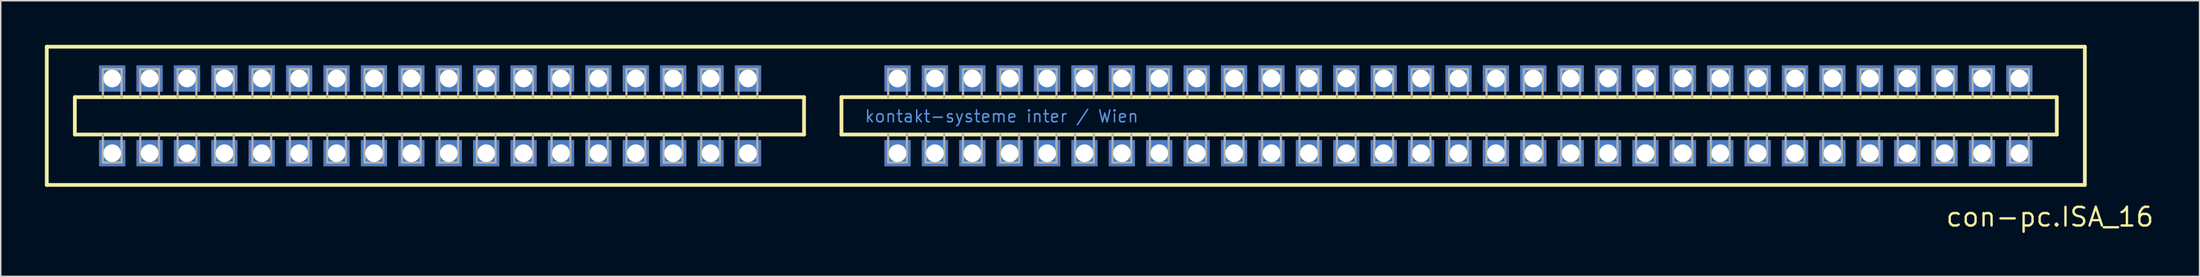
<source format=kicad_pcb>
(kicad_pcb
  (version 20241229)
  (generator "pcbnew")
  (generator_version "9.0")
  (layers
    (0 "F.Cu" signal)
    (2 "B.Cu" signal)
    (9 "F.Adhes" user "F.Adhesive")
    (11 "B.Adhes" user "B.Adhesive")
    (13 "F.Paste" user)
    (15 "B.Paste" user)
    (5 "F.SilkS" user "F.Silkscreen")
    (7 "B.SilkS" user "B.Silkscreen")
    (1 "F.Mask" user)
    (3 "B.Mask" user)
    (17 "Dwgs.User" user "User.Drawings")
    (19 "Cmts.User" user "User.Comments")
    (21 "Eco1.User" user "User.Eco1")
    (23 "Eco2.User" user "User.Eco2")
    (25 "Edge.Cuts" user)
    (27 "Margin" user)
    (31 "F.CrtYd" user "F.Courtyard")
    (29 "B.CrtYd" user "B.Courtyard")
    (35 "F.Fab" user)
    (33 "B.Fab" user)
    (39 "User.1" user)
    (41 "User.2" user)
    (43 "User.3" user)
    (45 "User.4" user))
  (footprint "con-pc.ISA_16"
    (layer "F.Cu")
    (at 52.832 4.826)
    (property "Reference" "con-pc.ISA_16" (at 76.2 7.62 0) (layer "F.SilkS") (effects (font (size 1.27 1.27) (thickness 0.16)) (justify left bottom)))
    (attr through_hole)
    (fp_line (start -52.705 -4.699) (end -52.705 4.699) (stroke (width 0.254) (type default)) (layer "F.SilkS"))
    (fp_line (start -52.705 4.699) (end 85.725 4.699) (stroke (width 0.254) (type default)) (layer "F.SilkS"))
    (fp_line (start -50.8 -1.27) (end -50.8 1.27) (stroke (width 0.254) (type default)) (layer "F.SilkS"))
    (fp_line (start -50.8 1.27) (end -1.27 1.27) (stroke (width 0.254) (type default)) (layer "F.SilkS"))
    (fp_line (start -1.27 -1.27) (end -50.8 -1.27) (stroke (width 0.254) (type default)) (layer "F.SilkS"))
    (fp_line (start -1.27 -1.27) (end -1.27 1.27) (stroke (width 0.254) (type default)) (layer "F.SilkS"))
    (fp_line (start 1.27 -1.27) (end 1.27 1.27) (stroke (width 0.254) (type default)) (layer "F.SilkS"))
    (fp_line (start 1.27 1.27) (end 83.82 1.27) (stroke (width 0.254) (type default)) (layer "F.SilkS"))
    (fp_line (start 83.82 -1.27) (end 1.27 -1.27) (stroke (width 0.254) (type default)) (layer "F.SilkS"))
    (fp_line (start 83.82 1.27) (end 83.82 -1.27) (stroke (width 0.254) (type default)) (layer "F.SilkS"))
    (fp_line (start 85.725 -4.699) (end -52.705 -4.699) (stroke (width 0.254) (type default)) (layer "F.SilkS"))
    (fp_line (start 85.725 4.699) (end 85.725 -4.699) (stroke (width 0.254) (type default)) (layer "F.SilkS"))
    (fp_line (start -48.895 -3.175) (end -48.895 -1.27) (stroke (width 0.152) (type default)) (layer "F.Fab"))
    (fp_line (start -48.895 1.27) (end -48.895 3.175) (stroke (width 0.152) (type default)) (layer "F.Fab"))
    (fp_line (start -48.895 3.175) (end -47.625 3.175) (stroke (width 0.152) (type default)) (layer "F.Fab"))
    (fp_line (start -47.625 -3.175) (end -48.895 -3.175) (stroke (width 0.152) (type default)) (layer "F.Fab"))
    (fp_line (start -47.625 -1.27) (end -47.625 -3.175) (stroke (width 0.152) (type default)) (layer "F.Fab"))
    (fp_line (start -47.625 3.175) (end -47.625 1.27) (stroke (width 0.152) (type default)) (layer "F.Fab"))
    (fp_line (start -46.355 -3.175) (end -46.355 -1.27) (stroke (width 0.152) (type default)) (layer "F.Fab"))
    (fp_line (start -46.355 1.27) (end -46.355 3.175) (stroke (width 0.152) (type default)) (layer "F.Fab"))
    (fp_line (start -46.355 3.175) (end -45.085 3.175) (stroke (width 0.152) (type default)) (layer "F.Fab"))
    (fp_line (start -45.085 -3.175) (end -46.355 -3.175) (stroke (width 0.152) (type default)) (layer "F.Fab"))
    (fp_line (start -45.085 -1.27) (end -45.085 -3.175) (stroke (width 0.152) (type default)) (layer "F.Fab"))
    (fp_line (start -45.085 3.175) (end -45.085 1.27) (stroke (width 0.152) (type default)) (layer "F.Fab"))
    (fp_line (start -43.815 -3.175) (end -43.815 -1.27) (stroke (width 0.152) (type default)) (layer "F.Fab"))
    (fp_line (start -43.815 1.27) (end -43.815 3.175) (stroke (width 0.152) (type default)) (layer "F.Fab"))
    (fp_line (start -43.815 3.175) (end -42.545 3.175) (stroke (width 0.152) (type default)) (layer "F.Fab"))
    (fp_line (start -42.545 -3.175) (end -43.815 -3.175) (stroke (width 0.152) (type default)) (layer "F.Fab"))
    (fp_line (start -42.545 -1.27) (end -42.545 -3.175) (stroke (width 0.152) (type default)) (layer "F.Fab"))
    (fp_line (start -42.545 3.175) (end -42.545 1.27) (stroke (width 0.152) (type default)) (layer "F.Fab"))
    (fp_line (start -41.275 -3.175) (end -41.275 -1.27) (stroke (width 0.152) (type default)) (layer "F.Fab"))
    (fp_line (start -41.275 1.27) (end -41.275 3.175) (stroke (width 0.152) (type default)) (layer "F.Fab"))
    (fp_line (start -41.275 3.175) (end -40.005 3.175) (stroke (width 0.152) (type default)) (layer "F.Fab"))
    (fp_line (start -40.005 -3.175) (end -41.275 -3.175) (stroke (width 0.152) (type default)) (layer "F.Fab"))
    (fp_line (start -40.005 -1.27) (end -40.005 -3.175) (stroke (width 0.152) (type default)) (layer "F.Fab"))
    (fp_line (start -40.005 3.175) (end -40.005 1.27) (stroke (width 0.152) (type default)) (layer "F.Fab"))
    (fp_line (start -38.735 -3.175) (end -38.735 -1.27) (stroke (width 0.152) (type default)) (layer "F.Fab"))
    (fp_line (start -38.735 1.27) (end -38.735 3.175) (stroke (width 0.152) (type default)) (layer "F.Fab"))
    (fp_line (start -38.735 3.175) (end -37.465 3.175) (stroke (width 0.152) (type default)) (layer "F.Fab"))
    (fp_line (start -37.465 -3.175) (end -38.735 -3.175) (stroke (width 0.152) (type default)) (layer "F.Fab"))
    (fp_line (start -37.465 -1.27) (end -37.465 -3.175) (stroke (width 0.152) (type default)) (layer "F.Fab"))
    (fp_line (start -37.465 3.175) (end -37.465 1.27) (stroke (width 0.152) (type default)) (layer "F.Fab"))
    (fp_line (start -36.195 -3.175) (end -36.195 -1.27) (stroke (width 0.152) (type default)) (layer "F.Fab"))
    (fp_line (start -36.195 1.27) (end -36.195 3.175) (stroke (width 0.152) (type default)) (layer "F.Fab"))
    (fp_line (start -36.195 3.175) (end -34.925 3.175) (stroke (width 0.152) (type default)) (layer "F.Fab"))
    (fp_line (start -34.925 -3.175) (end -36.195 -3.175) (stroke (width 0.152) (type default)) (layer "F.Fab"))
    (fp_line (start -34.925 -1.27) (end -34.925 -3.175) (stroke (width 0.152) (type default)) (layer "F.Fab"))
    (fp_line (start -34.925 3.175) (end -34.925 1.27) (stroke (width 0.152) (type default)) (layer "F.Fab"))
    (fp_line (start -33.655 -3.175) (end -33.655 -1.27) (stroke (width 0.152) (type default)) (layer "F.Fab"))
    (fp_line (start -33.655 1.27) (end -33.655 3.175) (stroke (width 0.152) (type default)) (layer "F.Fab"))
    (fp_line (start -33.655 3.175) (end -32.385 3.175) (stroke (width 0.152) (type default)) (layer "F.Fab"))
    (fp_line (start -32.385 -3.175) (end -33.655 -3.175) (stroke (width 0.152) (type default)) (layer "F.Fab"))
    (fp_line (start -32.385 -1.27) (end -32.385 -3.175) (stroke (width 0.152) (type default)) (layer "F.Fab"))
    (fp_line (start -32.385 3.175) (end -32.385 1.27) (stroke (width 0.152) (type default)) (layer "F.Fab"))
    (fp_line (start -31.115 -3.175) (end -31.115 -1.27) (stroke (width 0.152) (type default)) (layer "F.Fab"))
    (fp_line (start -31.115 1.27) (end -31.115 3.175) (stroke (width 0.152) (type default)) (layer "F.Fab"))
    (fp_line (start -31.115 3.175) (end -29.845 3.175) (stroke (width 0.152) (type default)) (layer "F.Fab"))
    (fp_line (start -29.845 -3.175) (end -31.115 -3.175) (stroke (width 0.152) (type default)) (layer "F.Fab"))
    (fp_line (start -29.845 -1.27) (end -29.845 -3.175) (stroke (width 0.152) (type default)) (layer "F.Fab"))
    (fp_line (start -29.845 3.175) (end -29.845 1.27) (stroke (width 0.152) (type default)) (layer "F.Fab"))
    (fp_line (start -28.575 -3.175) (end -28.575 -1.27) (stroke (width 0.152) (type default)) (layer "F.Fab"))
    (fp_line (start -28.575 1.27) (end -28.575 3.175) (stroke (width 0.152) (type default)) (layer "F.Fab"))
    (fp_line (start -28.575 3.175) (end -27.305 3.175) (stroke (width 0.152) (type default)) (layer "F.Fab"))
    (fp_line (start -27.305 -3.175) (end -28.575 -3.175) (stroke (width 0.152) (type default)) (layer "F.Fab"))
    (fp_line (start -27.305 -1.27) (end -27.305 -3.175) (stroke (width 0.152) (type default)) (layer "F.Fab"))
    (fp_line (start -27.305 3.175) (end -27.305 1.27) (stroke (width 0.152) (type default)) (layer "F.Fab"))
    (fp_line (start -26.035 -3.175) (end -26.035 -1.27) (stroke (width 0.152) (type default)) (layer "F.Fab"))
    (fp_line (start -26.035 1.27) (end -26.035 3.175) (stroke (width 0.152) (type default)) (layer "F.Fab"))
    (fp_line (start -26.035 3.175) (end -24.765 3.175) (stroke (width 0.152) (type default)) (layer "F.Fab"))
    (fp_line (start -24.765 -3.175) (end -26.035 -3.175) (stroke (width 0.152) (type default)) (layer "F.Fab"))
    (fp_line (start -24.765 -1.27) (end -24.765 -3.175) (stroke (width 0.152) (type default)) (layer "F.Fab"))
    (fp_line (start -24.765 3.175) (end -24.765 1.27) (stroke (width 0.152) (type default)) (layer "F.Fab"))
    (fp_line (start -23.495 -3.175) (end -23.495 -1.27) (stroke (width 0.152) (type default)) (layer "F.Fab"))
    (fp_line (start -23.495 1.27) (end -23.495 3.175) (stroke (width 0.152) (type default)) (layer "F.Fab"))
    (fp_line (start -23.495 3.175) (end -22.225 3.175) (stroke (width 0.152) (type default)) (layer "F.Fab"))
    (fp_line (start -22.225 -3.175) (end -23.495 -3.175) (stroke (width 0.152) (type default)) (layer "F.Fab"))
    (fp_line (start -22.225 -1.27) (end -22.225 -3.175) (stroke (width 0.152) (type default)) (layer "F.Fab"))
    (fp_line (start -22.225 3.175) (end -22.225 1.27) (stroke (width 0.152) (type default)) (layer "F.Fab"))
    (fp_line (start -20.955 -3.175) (end -20.955 -1.27) (stroke (width 0.152) (type default)) (layer "F.Fab"))
    (fp_line (start -20.955 1.27) (end -20.955 3.175) (stroke (width 0.152) (type default)) (layer "F.Fab"))
    (fp_line (start -20.955 3.175) (end -19.685 3.175) (stroke (width 0.152) (type default)) (layer "F.Fab"))
    (fp_line (start -19.685 -3.175) (end -20.955 -3.175) (stroke (width 0.152) (type default)) (layer "F.Fab"))
    (fp_line (start -19.685 -1.27) (end -19.685 -3.175) (stroke (width 0.152) (type default)) (layer "F.Fab"))
    (fp_line (start -19.685 3.175) (end -19.685 1.27) (stroke (width 0.152) (type default)) (layer "F.Fab"))
    (fp_line (start -18.415 -3.175) (end -18.415 -1.27) (stroke (width 0.152) (type default)) (layer "F.Fab"))
    (fp_line (start -18.415 1.27) (end -18.415 3.175) (stroke (width 0.152) (type default)) (layer "F.Fab"))
    (fp_line (start -18.415 3.175) (end -17.145 3.175) (stroke (width 0.152) (type default)) (layer "F.Fab"))
    (fp_line (start -17.145 -3.175) (end -18.415 -3.175) (stroke (width 0.152) (type default)) (layer "F.Fab"))
    (fp_line (start -17.145 -1.27) (end -17.145 -3.175) (stroke (width 0.152) (type default)) (layer "F.Fab"))
    (fp_line (start -17.145 3.175) (end -17.145 1.27) (stroke (width 0.152) (type default)) (layer "F.Fab"))
    (fp_line (start -15.875 -3.175) (end -15.875 -1.27) (stroke (width 0.152) (type default)) (layer "F.Fab"))
    (fp_line (start -15.875 1.27) (end -15.875 3.175) (stroke (width 0.152) (type default)) (layer "F.Fab"))
    (fp_line (start -15.875 3.175) (end -14.605 3.175) (stroke (width 0.152) (type default)) (layer "F.Fab"))
    (fp_line (start -14.605 -3.175) (end -15.875 -3.175) (stroke (width 0.152) (type default)) (layer "F.Fab"))
    (fp_line (start -14.605 -1.27) (end -14.605 -3.175) (stroke (width 0.152) (type default)) (layer "F.Fab"))
    (fp_line (start -14.605 3.175) (end -14.605 1.27) (stroke (width 0.152) (type default)) (layer "F.Fab"))
    (fp_line (start -13.335 -3.175) (end -13.335 -1.27) (stroke (width 0.152) (type default)) (layer "F.Fab"))
    (fp_line (start -13.335 1.27) (end -13.335 3.175) (stroke (width 0.152) (type default)) (layer "F.Fab"))
    (fp_line (start -13.335 3.175) (end -12.065 3.175) (stroke (width 0.152) (type default)) (layer "F.Fab"))
    (fp_line (start -12.065 -3.175) (end -13.335 -3.175) (stroke (width 0.152) (type default)) (layer "F.Fab"))
    (fp_line (start -12.065 -1.27) (end -12.065 -3.175) (stroke (width 0.152) (type default)) (layer "F.Fab"))
    (fp_line (start -12.065 3.175) (end -12.065 1.27) (stroke (width 0.152) (type default)) (layer "F.Fab"))
    (fp_line (start -10.795 -3.175) (end -10.795 -1.27) (stroke (width 0.152) (type default)) (layer "F.Fab"))
    (fp_line (start -10.795 1.27) (end -10.795 3.175) (stroke (width 0.152) (type default)) (layer "F.Fab"))
    (fp_line (start -10.795 3.175) (end -9.525 3.175) (stroke (width 0.152) (type default)) (layer "F.Fab"))
    (fp_line (start -9.525 -3.175) (end -10.795 -3.175) (stroke (width 0.152) (type default)) (layer "F.Fab"))
    (fp_line (start -9.525 -1.27) (end -9.525 -3.175) (stroke (width 0.152) (type default)) (layer "F.Fab"))
    (fp_line (start -9.525 3.175) (end -9.525 1.27) (stroke (width 0.152) (type default)) (layer "F.Fab"))
    (fp_line (start -8.255 -3.175) (end -8.255 -1.27) (stroke (width 0.152) (type default)) (layer "F.Fab"))
    (fp_line (start -8.255 1.27) (end -8.255 3.175) (stroke (width 0.152) (type default)) (layer "F.Fab"))
    (fp_line (start -8.255 3.175) (end -6.985 3.175) (stroke (width 0.152) (type default)) (layer "F.Fab"))
    (fp_line (start -6.985 -3.175) (end -8.255 -3.175) (stroke (width 0.152) (type default)) (layer "F.Fab"))
    (fp_line (start -6.985 -1.27) (end -6.985 -3.175) (stroke (width 0.152) (type default)) (layer "F.Fab"))
    (fp_line (start -6.985 3.175) (end -6.985 1.27) (stroke (width 0.152) (type default)) (layer "F.Fab"))
    (fp_line (start -5.715 -3.175) (end -5.715 -1.27) (stroke (width 0.152) (type default)) (layer "F.Fab"))
    (fp_line (start -5.715 1.27) (end -5.715 3.175) (stroke (width 0.152) (type default)) (layer "F.Fab"))
    (fp_line (start -5.715 3.175) (end -4.445 3.175) (stroke (width 0.152) (type default)) (layer "F.Fab"))
    (fp_line (start -4.445 -3.175) (end -5.715 -3.175) (stroke (width 0.152) (type default)) (layer "F.Fab"))
    (fp_line (start -4.445 -1.27) (end -4.445 -3.175) (stroke (width 0.152) (type default)) (layer "F.Fab"))
    (fp_line (start -4.445 3.175) (end -4.445 1.27) (stroke (width 0.152) (type default)) (layer "F.Fab"))
    (fp_line (start 4.445 -3.175) (end 4.445 -1.27) (stroke (width 0.152) (type default)) (layer "F.Fab"))
    (fp_line (start 4.445 1.27) (end 4.445 3.175) (stroke (width 0.152) (type default)) (layer "F.Fab"))
    (fp_line (start 4.445 3.175) (end 5.715 3.175) (stroke (width 0.152) (type default)) (layer "F.Fab"))
    (fp_line (start 5.715 -3.175) (end 4.445 -3.175) (stroke (width 0.152) (type default)) (layer "F.Fab"))
    (fp_line (start 5.715 -1.27) (end 5.715 -3.175) (stroke (width 0.152) (type default)) (layer "F.Fab"))
    (fp_line (start 5.715 3.175) (end 5.715 1.27) (stroke (width 0.152) (type default)) (layer "F.Fab"))
    (fp_line (start 6.985 -3.175) (end 6.985 -1.27) (stroke (width 0.152) (type default)) (layer "F.Fab"))
    (fp_line (start 6.985 1.27) (end 6.985 3.175) (stroke (width 0.152) (type default)) (layer "F.Fab"))
    (fp_line (start 6.985 3.175) (end 8.255 3.175) (stroke (width 0.152) (type default)) (layer "F.Fab"))
    (fp_line (start 8.255 -3.175) (end 6.985 -3.175) (stroke (width 0.152) (type default)) (layer "F.Fab"))
    (fp_line (start 8.255 -1.27) (end 8.255 -3.175) (stroke (width 0.152) (type default)) (layer "F.Fab"))
    (fp_line (start 8.255 3.175) (end 8.255 1.27) (stroke (width 0.152) (type default)) (layer "F.Fab"))
    (fp_line (start 9.525 -3.175) (end 9.525 -1.27) (stroke (width 0.152) (type default)) (layer "F.Fab"))
    (fp_line (start 9.525 1.27) (end 9.525 3.175) (stroke (width 0.152) (type default)) (layer "F.Fab"))
    (fp_line (start 9.525 3.175) (end 10.795 3.175) (stroke (width 0.152) (type default)) (layer "F.Fab"))
    (fp_line (start 10.795 -3.175) (end 9.525 -3.175) (stroke (width 0.152) (type default)) (layer "F.Fab"))
    (fp_line (start 10.795 -1.27) (end 10.795 -3.175) (stroke (width 0.152) (type default)) (layer "F.Fab"))
    (fp_line (start 10.795 3.175) (end 10.795 1.27) (stroke (width 0.152) (type default)) (layer "F.Fab"))
    (fp_line (start 12.065 -3.175) (end 12.065 -1.27) (stroke (width 0.152) (type default)) (layer "F.Fab"))
    (fp_line (start 12.065 1.27) (end 12.065 3.175) (stroke (width 0.152) (type default)) (layer "F.Fab"))
    (fp_line (start 12.065 3.175) (end 13.335 3.175) (stroke (width 0.152) (type default)) (layer "F.Fab"))
    (fp_line (start 13.335 -3.175) (end 12.065 -3.175) (stroke (width 0.152) (type default)) (layer "F.Fab"))
    (fp_line (start 13.335 -1.27) (end 13.335 -3.175) (stroke (width 0.152) (type default)) (layer "F.Fab"))
    (fp_line (start 13.335 3.175) (end 13.335 1.27) (stroke (width 0.152) (type default)) (layer "F.Fab"))
    (fp_line (start 14.605 -3.175) (end 14.605 -1.27) (stroke (width 0.152) (type default)) (layer "F.Fab"))
    (fp_line (start 14.605 1.27) (end 14.605 3.175) (stroke (width 0.152) (type default)) (layer "F.Fab"))
    (fp_line (start 14.605 3.175) (end 15.875 3.175) (stroke (width 0.152) (type default)) (layer "F.Fab"))
    (fp_line (start 15.875 -3.175) (end 14.605 -3.175) (stroke (width 0.152) (type default)) (layer "F.Fab"))
    (fp_line (start 15.875 -1.27) (end 15.875 -3.175) (stroke (width 0.152) (type default)) (layer "F.Fab"))
    (fp_line (start 15.875 3.175) (end 15.875 1.27) (stroke (width 0.152) (type default)) (layer "F.Fab"))
    (fp_line (start 17.145 -3.175) (end 17.145 -1.27) (stroke (width 0.152) (type default)) (layer "F.Fab"))
    (fp_line (start 17.145 1.27) (end 17.145 3.175) (stroke (width 0.152) (type default)) (layer "F.Fab"))
    (fp_line (start 17.145 3.175) (end 18.415 3.175) (stroke (width 0.152) (type default)) (layer "F.Fab"))
    (fp_line (start 18.415 -3.175) (end 17.145 -3.175) (stroke (width 0.152) (type default)) (layer "F.Fab"))
    (fp_line (start 18.415 -1.27) (end 18.415 -3.175) (stroke (width 0.152) (type default)) (layer "F.Fab"))
    (fp_line (start 18.415 3.175) (end 18.415 1.27) (stroke (width 0.152) (type default)) (layer "F.Fab"))
    (fp_line (start 19.685 -3.175) (end 19.685 -1.27) (stroke (width 0.152) (type default)) (layer "F.Fab"))
    (fp_line (start 19.685 1.27) (end 19.685 3.175) (stroke (width 0.152) (type default)) (layer "F.Fab"))
    (fp_line (start 19.685 3.175) (end 20.955 3.175) (stroke (width 0.152) (type default)) (layer "F.Fab"))
    (fp_line (start 20.955 -3.175) (end 19.685 -3.175) (stroke (width 0.152) (type default)) (layer "F.Fab"))
    (fp_line (start 20.955 -1.27) (end 20.955 -3.175) (stroke (width 0.152) (type default)) (layer "F.Fab"))
    (fp_line (start 20.955 3.175) (end 20.955 1.27) (stroke (width 0.152) (type default)) (layer "F.Fab"))
    (fp_line (start 22.225 -3.175) (end 22.225 -1.27) (stroke (width 0.152) (type default)) (layer "F.Fab"))
    (fp_line (start 22.225 1.27) (end 22.225 3.175) (stroke (width 0.152) (type default)) (layer "F.Fab"))
    (fp_line (start 22.225 3.175) (end 23.495 3.175) (stroke (width 0.152) (type default)) (layer "F.Fab"))
    (fp_line (start 23.495 -3.175) (end 22.225 -3.175) (stroke (width 0.152) (type default)) (layer "F.Fab"))
    (fp_line (start 23.495 -1.27) (end 23.495 -3.175) (stroke (width 0.152) (type default)) (layer "F.Fab"))
    (fp_line (start 23.495 3.175) (end 23.495 1.27) (stroke (width 0.152) (type default)) (layer "F.Fab"))
    (fp_line (start 24.765 -3.175) (end 24.765 -1.27) (stroke (width 0.152) (type default)) (layer "F.Fab"))
    (fp_line (start 24.765 1.27) (end 24.765 3.175) (stroke (width 0.152) (type default)) (layer "F.Fab"))
    (fp_line (start 24.765 3.175) (end 26.035 3.175) (stroke (width 0.152) (type default)) (layer "F.Fab"))
    (fp_line (start 26.035 -3.175) (end 24.765 -3.175) (stroke (width 0.152) (type default)) (layer "F.Fab"))
    (fp_line (start 26.035 -1.27) (end 26.035 -3.175) (stroke (width 0.152) (type default)) (layer "F.Fab"))
    (fp_line (start 26.035 3.175) (end 26.035 1.27) (stroke (width 0.152) (type default)) (layer "F.Fab"))
    (fp_line (start 27.305 -3.175) (end 27.305 -1.27) (stroke (width 0.152) (type default)) (layer "F.Fab"))
    (fp_line (start 27.305 1.27) (end 27.305 3.175) (stroke (width 0.152) (type default)) (layer "F.Fab"))
    (fp_line (start 27.305 3.175) (end 28.575 3.175) (stroke (width 0.152) (type default)) (layer "F.Fab"))
    (fp_line (start 28.575 -3.175) (end 27.305 -3.175) (stroke (width 0.152) (type default)) (layer "F.Fab"))
    (fp_line (start 28.575 -1.27) (end 28.575 -3.175) (stroke (width 0.152) (type default)) (layer "F.Fab"))
    (fp_line (start 28.575 3.175) (end 28.575 1.27) (stroke (width 0.152) (type default)) (layer "F.Fab"))
    (fp_line (start 29.845 -3.175) (end 29.845 -1.27) (stroke (width 0.152) (type default)) (layer "F.Fab"))
    (fp_line (start 29.845 1.27) (end 29.845 3.175) (stroke (width 0.152) (type default)) (layer "F.Fab"))
    (fp_line (start 29.845 3.175) (end 31.115 3.175) (stroke (width 0.152) (type default)) (layer "F.Fab"))
    (fp_line (start 31.115 -3.175) (end 29.845 -3.175) (stroke (width 0.152) (type default)) (layer "F.Fab"))
    (fp_line (start 31.115 -1.27) (end 31.115 -3.175) (stroke (width 0.152) (type default)) (layer "F.Fab"))
    (fp_line (start 31.115 3.175) (end 31.115 1.27) (stroke (width 0.152) (type default)) (layer "F.Fab"))
    (fp_line (start 32.385 -3.175) (end 32.385 -1.27) (stroke (width 0.152) (type default)) (layer "F.Fab"))
    (fp_line (start 32.385 1.27) (end 32.385 3.175) (stroke (width 0.152) (type default)) (layer "F.Fab"))
    (fp_line (start 32.385 3.175) (end 33.655 3.175) (stroke (width 0.152) (type default)) (layer "F.Fab"))
    (fp_line (start 33.655 -3.175) (end 32.385 -3.175) (stroke (width 0.152) (type default)) (layer "F.Fab"))
    (fp_line (start 33.655 -1.27) (end 33.655 -3.175) (stroke (width 0.152) (type default)) (layer "F.Fab"))
    (fp_line (start 33.655 3.175) (end 33.655 1.27) (stroke (width 0.152) (type default)) (layer "F.Fab"))
    (fp_line (start 34.925 -3.175) (end 34.925 -1.27) (stroke (width 0.152) (type default)) (layer "F.Fab"))
    (fp_line (start 34.925 1.27) (end 34.925 3.175) (stroke (width 0.152) (type default)) (layer "F.Fab"))
    (fp_line (start 34.925 3.175) (end 36.195 3.175) (stroke (width 0.152) (type default)) (layer "F.Fab"))
    (fp_line (start 36.195 -3.175) (end 34.925 -3.175) (stroke (width 0.152) (type default)) (layer "F.Fab"))
    (fp_line (start 36.195 -1.27) (end 36.195 -3.175) (stroke (width 0.152) (type default)) (layer "F.Fab"))
    (fp_line (start 36.195 3.175) (end 36.195 1.27) (stroke (width 0.152) (type default)) (layer "F.Fab"))
    (fp_line (start 37.465 -3.175) (end 37.465 -1.27) (stroke (width 0.152) (type default)) (layer "F.Fab"))
    (fp_line (start 37.465 1.27) (end 37.465 3.175) (stroke (width 0.152) (type default)) (layer "F.Fab"))
    (fp_line (start 37.465 3.175) (end 38.735 3.175) (stroke (width 0.152) (type default)) (layer "F.Fab"))
    (fp_line (start 38.735 -3.175) (end 37.465 -3.175) (stroke (width 0.152) (type default)) (layer "F.Fab"))
    (fp_line (start 38.735 -1.27) (end 38.735 -3.175) (stroke (width 0.152) (type default)) (layer "F.Fab"))
    (fp_line (start 38.735 3.175) (end 38.735 1.27) (stroke (width 0.152) (type default)) (layer "F.Fab"))
    (fp_line (start 40.005 -3.175) (end 40.005 -1.27) (stroke (width 0.152) (type default)) (layer "F.Fab"))
    (fp_line (start 40.005 1.27) (end 40.005 3.175) (stroke (width 0.152) (type default)) (layer "F.Fab"))
    (fp_line (start 40.005 3.175) (end 41.275 3.175) (stroke (width 0.152) (type default)) (layer "F.Fab"))
    (fp_line (start 41.275 -3.175) (end 40.005 -3.175) (stroke (width 0.152) (type default)) (layer "F.Fab"))
    (fp_line (start 41.275 -1.27) (end 41.275 -3.175) (stroke (width 0.152) (type default)) (layer "F.Fab"))
    (fp_line (start 41.275 3.175) (end 41.275 1.27) (stroke (width 0.152) (type default)) (layer "F.Fab"))
    (fp_line (start 42.545 -3.175) (end 42.545 -1.27) (stroke (width 0.152) (type default)) (layer "F.Fab"))
    (fp_line (start 42.545 1.27) (end 42.545 3.175) (stroke (width 0.152) (type default)) (layer "F.Fab"))
    (fp_line (start 42.545 3.175) (end 43.815 3.175) (stroke (width 0.152) (type default)) (layer "F.Fab"))
    (fp_line (start 43.815 -3.175) (end 42.545 -3.175) (stroke (width 0.152) (type default)) (layer "F.Fab"))
    (fp_line (start 43.815 -1.27) (end 43.815 -3.175) (stroke (width 0.152) (type default)) (layer "F.Fab"))
    (fp_line (start 43.815 3.175) (end 43.815 1.27) (stroke (width 0.152) (type default)) (layer "F.Fab"))
    (fp_line (start 45.085 -3.175) (end 45.085 -1.27) (stroke (width 0.152) (type default)) (layer "F.Fab"))
    (fp_line (start 45.085 1.27) (end 45.085 3.175) (stroke (width 0.152) (type default)) (layer "F.Fab"))
    (fp_line (start 45.085 3.175) (end 46.355 3.175) (stroke (width 0.152) (type default)) (layer "F.Fab"))
    (fp_line (start 46.355 -3.175) (end 45.085 -3.175) (stroke (width 0.152) (type default)) (layer "F.Fab"))
    (fp_line (start 46.355 -1.27) (end 46.355 -3.175) (stroke (width 0.152) (type default)) (layer "F.Fab"))
    (fp_line (start 46.355 3.175) (end 46.355 1.27) (stroke (width 0.152) (type default)) (layer "F.Fab"))
    (fp_line (start 47.625 -3.175) (end 47.625 -1.27) (stroke (width 0.152) (type default)) (layer "F.Fab"))
    (fp_line (start 47.625 1.27) (end 47.625 3.175) (stroke (width 0.152) (type default)) (layer "F.Fab"))
    (fp_line (start 47.625 3.175) (end 48.895 3.175) (stroke (width 0.152) (type default)) (layer "F.Fab"))
    (fp_line (start 48.895 -3.175) (end 47.625 -3.175) (stroke (width 0.152) (type default)) (layer "F.Fab"))
    (fp_line (start 48.895 -1.27) (end 48.895 -3.175) (stroke (width 0.152) (type default)) (layer "F.Fab"))
    (fp_line (start 48.895 3.175) (end 48.895 1.27) (stroke (width 0.152) (type default)) (layer "F.Fab"))
    (fp_line (start 50.165 -3.175) (end 50.165 -1.27) (stroke (width 0.152) (type default)) (layer "F.Fab"))
    (fp_line (start 50.165 1.27) (end 50.165 3.175) (stroke (width 0.152) (type default)) (layer "F.Fab"))
    (fp_line (start 50.165 3.175) (end 51.435 3.175) (stroke (width 0.152) (type default)) (layer "F.Fab"))
    (fp_line (start 51.435 -3.175) (end 50.165 -3.175) (stroke (width 0.152) (type default)) (layer "F.Fab"))
    (fp_line (start 51.435 -1.27) (end 51.435 -3.175) (stroke (width 0.152) (type default)) (layer "F.Fab"))
    (fp_line (start 51.435 3.175) (end 51.435 1.27) (stroke (width 0.152) (type default)) (layer "F.Fab"))
    (fp_line (start 52.705 -3.175) (end 52.705 -1.27) (stroke (width 0.152) (type default)) (layer "F.Fab"))
    (fp_line (start 52.705 1.27) (end 52.705 3.175) (stroke (width 0.152) (type default)) (layer "F.Fab"))
    (fp_line (start 52.705 3.175) (end 53.975 3.175) (stroke (width 0.152) (type default)) (layer "F.Fab"))
    (fp_line (start 53.975 -3.175) (end 52.705 -3.175) (stroke (width 0.152) (type default)) (layer "F.Fab"))
    (fp_line (start 53.975 -1.27) (end 53.975 -3.175) (stroke (width 0.152) (type default)) (layer "F.Fab"))
    (fp_line (start 53.975 3.175) (end 53.975 1.27) (stroke (width 0.152) (type default)) (layer "F.Fab"))
    (fp_line (start 55.245 -3.175) (end 55.245 -1.27) (stroke (width 0.152) (type default)) (layer "F.Fab"))
    (fp_line (start 55.245 1.27) (end 55.245 3.175) (stroke (width 0.152) (type default)) (layer "F.Fab"))
    (fp_line (start 55.245 3.175) (end 56.515 3.175) (stroke (width 0.152) (type default)) (layer "F.Fab"))
    (fp_line (start 56.515 -3.175) (end 55.245 -3.175) (stroke (width 0.152) (type default)) (layer "F.Fab"))
    (fp_line (start 56.515 -1.27) (end 56.515 -3.175) (stroke (width 0.152) (type default)) (layer "F.Fab"))
    (fp_line (start 56.515 3.175) (end 56.515 1.27) (stroke (width 0.152) (type default)) (layer "F.Fab"))
    (fp_line (start 57.785 -3.175) (end 57.785 -1.27) (stroke (width 0.152) (type default)) (layer "F.Fab"))
    (fp_line (start 57.785 1.27) (end 57.785 3.175) (stroke (width 0.152) (type default)) (layer "F.Fab"))
    (fp_line (start 57.785 3.175) (end 59.055 3.175) (stroke (width 0.152) (type default)) (layer "F.Fab"))
    (fp_line (start 59.055 -3.175) (end 57.785 -3.175) (stroke (width 0.152) (type default)) (layer "F.Fab"))
    (fp_line (start 59.055 -1.27) (end 59.055 -3.175) (stroke (width 0.152) (type default)) (layer "F.Fab"))
    (fp_line (start 59.055 3.175) (end 59.055 1.27) (stroke (width 0.152) (type default)) (layer "F.Fab"))
    (fp_line (start 60.325 -3.175) (end 60.325 -1.27) (stroke (width 0.152) (type default)) (layer "F.Fab"))
    (fp_line (start 60.325 1.27) (end 60.325 3.175) (stroke (width 0.152) (type default)) (layer "F.Fab"))
    (fp_line (start 60.325 3.175) (end 61.595 3.175) (stroke (width 0.152) (type default)) (layer "F.Fab"))
    (fp_line (start 61.595 -3.175) (end 60.325 -3.175) (stroke (width 0.152) (type default)) (layer "F.Fab"))
    (fp_line (start 61.595 -1.27) (end 61.595 -3.175) (stroke (width 0.152) (type default)) (layer "F.Fab"))
    (fp_line (start 61.595 3.175) (end 61.595 1.27) (stroke (width 0.152) (type default)) (layer "F.Fab"))
    (fp_line (start 62.865 -3.175) (end 62.865 -1.27) (stroke (width 0.152) (type default)) (layer "F.Fab"))
    (fp_line (start 62.865 1.27) (end 62.865 3.175) (stroke (width 0.152) (type default)) (layer "F.Fab"))
    (fp_line (start 62.865 3.175) (end 64.135 3.175) (stroke (width 0.152) (type default)) (layer "F.Fab"))
    (fp_line (start 64.135 -3.175) (end 62.865 -3.175) (stroke (width 0.152) (type default)) (layer "F.Fab"))
    (fp_line (start 64.135 -1.27) (end 64.135 -3.175) (stroke (width 0.152) (type default)) (layer "F.Fab"))
    (fp_line (start 64.135 3.175) (end 64.135 1.27) (stroke (width 0.152) (type default)) (layer "F.Fab"))
    (fp_line (start 65.405 -3.175) (end 65.405 -1.27) (stroke (width 0.152) (type default)) (layer "F.Fab"))
    (fp_line (start 65.405 1.27) (end 65.405 3.175) (stroke (width 0.152) (type default)) (layer "F.Fab"))
    (fp_line (start 65.405 3.175) (end 66.675 3.175) (stroke (width 0.152) (type default)) (layer "F.Fab"))
    (fp_line (start 66.675 -3.175) (end 65.405 -3.175) (stroke (width 0.152) (type default)) (layer "F.Fab"))
    (fp_line (start 66.675 -1.27) (end 66.675 -3.175) (stroke (width 0.152) (type default)) (layer "F.Fab"))
    (fp_line (start 66.675 3.175) (end 66.675 1.27) (stroke (width 0.152) (type default)) (layer "F.Fab"))
    (fp_line (start 67.945 -3.175) (end 67.945 -1.27) (stroke (width 0.152) (type default)) (layer "F.Fab"))
    (fp_line (start 67.945 1.27) (end 67.945 3.175) (stroke (width 0.152) (type default)) (layer "F.Fab"))
    (fp_line (start 67.945 3.175) (end 69.215 3.175) (stroke (width 0.152) (type default)) (layer "F.Fab"))
    (fp_line (start 69.215 -3.175) (end 67.945 -3.175) (stroke (width 0.152) (type default)) (layer "F.Fab"))
    (fp_line (start 69.215 -1.27) (end 69.215 -3.175) (stroke (width 0.152) (type default)) (layer "F.Fab"))
    (fp_line (start 69.215 3.175) (end 69.215 1.27) (stroke (width 0.152) (type default)) (layer "F.Fab"))
    (fp_line (start 70.485 -3.175) (end 70.485 -1.27) (stroke (width 0.152) (type default)) (layer "F.Fab"))
    (fp_line (start 70.485 1.27) (end 70.485 3.175) (stroke (width 0.152) (type default)) (layer "F.Fab"))
    (fp_line (start 70.485 3.175) (end 71.755 3.175) (stroke (width 0.152) (type default)) (layer "F.Fab"))
    (fp_line (start 71.755 -3.175) (end 70.485 -3.175) (stroke (width 0.152) (type default)) (layer "F.Fab"))
    (fp_line (start 71.755 -1.27) (end 71.755 -3.175) (stroke (width 0.152) (type default)) (layer "F.Fab"))
    (fp_line (start 71.755 3.175) (end 71.755 1.27) (stroke (width 0.152) (type default)) (layer "F.Fab"))
    (fp_line (start 73.025 -3.175) (end 73.025 -1.27) (stroke (width 0.152) (type default)) (layer "F.Fab"))
    (fp_line (start 73.025 1.27) (end 73.025 3.175) (stroke (width 0.152) (type default)) (layer "F.Fab"))
    (fp_line (start 73.025 3.175) (end 74.295 3.175) (stroke (width 0.152) (type default)) (layer "F.Fab"))
    (fp_line (start 74.295 -3.175) (end 73.025 -3.175) (stroke (width 0.152) (type default)) (layer "F.Fab"))
    (fp_line (start 74.295 -1.27) (end 74.295 -3.175) (stroke (width 0.152) (type default)) (layer "F.Fab"))
    (fp_line (start 74.295 3.175) (end 74.295 1.27) (stroke (width 0.152) (type default)) (layer "F.Fab"))
    (fp_line (start 75.565 -3.175) (end 75.565 -1.27) (stroke (width 0.152) (type default)) (layer "F.Fab"))
    (fp_line (start 75.565 1.27) (end 75.565 3.175) (stroke (width 0.152) (type default)) (layer "F.Fab"))
    (fp_line (start 75.565 3.175) (end 76.835 3.175) (stroke (width 0.152) (type default)) (layer "F.Fab"))
    (fp_line (start 76.835 -3.175) (end 75.565 -3.175) (stroke (width 0.152) (type default)) (layer "F.Fab"))
    (fp_line (start 76.835 -1.27) (end 76.835 -3.175) (stroke (width 0.152) (type default)) (layer "F.Fab"))
    (fp_line (start 76.835 3.175) (end 76.835 1.27) (stroke (width 0.152) (type default)) (layer "F.Fab"))
    (fp_line (start 78.105 -3.175) (end 78.105 -1.27) (stroke (width 0.152) (type default)) (layer "F.Fab"))
    (fp_line (start 78.105 1.27) (end 78.105 3.175) (stroke (width 0.152) (type default)) (layer "F.Fab"))
    (fp_line (start 78.105 3.175) (end 79.375 3.175) (stroke (width 0.152) (type default)) (layer "F.Fab"))
    (fp_line (start 79.375 -3.175) (end 78.105 -3.175) (stroke (width 0.152) (type default)) (layer "F.Fab"))
    (fp_line (start 79.375 -1.27) (end 79.375 -3.175) (stroke (width 0.152) (type default)) (layer "F.Fab"))
    (fp_line (start 79.375 3.175) (end 79.375 1.27) (stroke (width 0.152) (type default)) (layer "F.Fab"))
    (fp_line (start 80.645 -3.175) (end 80.645 -1.27) (stroke (width 0.152) (type default)) (layer "F.Fab"))
    (fp_line (start 80.645 1.27) (end 80.645 3.175) (stroke (width 0.152) (type default)) (layer "F.Fab"))
    (fp_line (start 80.645 3.175) (end 81.915 3.175) (stroke (width 0.152) (type default)) (layer "F.Fab"))
    (fp_line (start 81.915 -3.175) (end 80.645 -3.175) (stroke (width 0.152) (type default)) (layer "F.Fab"))
    (fp_line (start 81.915 -1.27) (end 81.915 -3.175) (stroke (width 0.152) (type default)) (layer "F.Fab"))
    (fp_line (start 81.915 3.175) (end 81.915 1.27) (stroke (width 0.152) (type default)) (layer "F.Fab"))
    (fp_text user "kontakt-systeme inter / Wien" (at 2.794 0.508 0) (layer "Cmts.User") (effects (font (size 0.813 0.813) (thickness 0.1)) (justify left bottom)))
    (pad "A1" thru_hole rect (at 81.28 2.54) (size 1.778 1.778) (drill 1.2) (layers "*.Cu" "*.Mask"))
    (pad "A2" thru_hole rect (at 78.74 2.54) (size 1.778 1.778) (drill 1.2) (layers "*.Cu" "*.Mask"))
    (pad "A3" thru_hole rect (at 76.2 2.54) (size 1.778 1.778) (drill 1.2) (layers "*.Cu" "*.Mask"))
    (pad "A4" thru_hole rect (at 73.66 2.54) (size 1.778 1.778) (drill 1.2) (layers "*.Cu" "*.Mask"))
    (pad "A5" thru_hole rect (at 71.12 2.54) (size 1.778 1.778) (drill 1.2) (layers "*.Cu" "*.Mask"))
    (pad "A6" thru_hole rect (at 68.58 2.54) (size 1.778 1.778) (drill 1.2) (layers "*.Cu" "*.Mask"))
    (pad "A7" thru_hole rect (at 66.04 2.54) (size 1.778 1.778) (drill 1.2) (layers "*.Cu" "*.Mask"))
    (pad "A8" thru_hole rect (at 63.5 2.54) (size 1.778 1.778) (drill 1.2) (layers "*.Cu" "*.Mask"))
    (pad "A9" thru_hole rect (at 60.96 2.54) (size 1.778 1.778) (drill 1.2) (layers "*.Cu" "*.Mask"))
    (pad "A10" thru_hole rect (at 58.42 2.54) (size 1.778 1.778) (drill 1.2) (layers "*.Cu" "*.Mask"))
    (pad "A11" thru_hole rect (at 55.88 2.54) (size 1.778 1.778) (drill 1.2) (layers "*.Cu" "*.Mask"))
    (pad "A12" thru_hole rect (at 53.34 2.54) (size 1.778 1.778) (drill 1.2) (layers "*.Cu" "*.Mask"))
    (pad "A13" thru_hole rect (at 50.8 2.54) (size 1.778 1.778) (drill 1.2) (layers "*.Cu" "*.Mask"))
    (pad "A14" thru_hole rect (at 48.26 2.54) (size 1.778 1.778) (drill 1.2) (layers "*.Cu" "*.Mask"))
    (pad "A15" thru_hole rect (at 45.72 2.54) (size 1.778 1.778) (drill 1.2) (layers "*.Cu" "*.Mask"))
    (pad "A16" thru_hole rect (at 43.18 2.54) (size 1.778 1.778) (drill 1.2) (layers "*.Cu" "*.Mask"))
    (pad "A17" thru_hole rect (at 40.64 2.54) (size 1.778 1.778) (drill 1.2) (layers "*.Cu" "*.Mask"))
    (pad "A18" thru_hole rect (at 38.1 2.54) (size 1.778 1.778) (drill 1.2) (layers "*.Cu" "*.Mask"))
    (pad "A19" thru_hole rect (at 35.56 2.54) (size 1.778 1.778) (drill 1.2) (layers "*.Cu" "*.Mask"))
    (pad "A20" thru_hole rect (at 33.02 2.54) (size 1.778 1.778) (drill 1.2) (layers "*.Cu" "*.Mask"))
    (pad "A21" thru_hole rect (at 30.48 2.54) (size 1.778 1.778) (drill 1.2) (layers "*.Cu" "*.Mask"))
    (pad "A22" thru_hole rect (at 27.94 2.54) (size 1.778 1.778) (drill 1.2) (layers "*.Cu" "*.Mask"))
    (pad "A23" thru_hole rect (at 25.4 2.54) (size 1.778 1.778) (drill 1.2) (layers "*.Cu" "*.Mask"))
    (pad "A24" thru_hole rect (at 22.86 2.54) (size 1.778 1.778) (drill 1.2) (layers "*.Cu" "*.Mask"))
    (pad "A25" thru_hole rect (at 20.32 2.54) (size 1.778 1.778) (drill 1.2) (layers "*.Cu" "*.Mask"))
    (pad "A26" thru_hole rect (at 17.78 2.54) (size 1.778 1.778) (drill 1.2) (layers "*.Cu" "*.Mask"))
    (pad "A27" thru_hole rect (at 15.24 2.54) (size 1.778 1.778) (drill 1.2) (layers "*.Cu" "*.Mask"))
    (pad "A28" thru_hole rect (at 12.7 2.54) (size 1.778 1.778) (drill 1.2) (layers "*.Cu" "*.Mask"))
    (pad "A29" thru_hole rect (at 10.16 2.54) (size 1.778 1.778) (drill 1.2) (layers "*.Cu" "*.Mask"))
    (pad "A30" thru_hole rect (at 7.62 2.54) (size 1.778 1.778) (drill 1.2) (layers "*.Cu" "*.Mask"))
    (pad "A31" thru_hole rect (at 5.08 2.54) (size 1.778 1.778) (drill 1.2) (layers "*.Cu" "*.Mask"))
    (pad "B1" thru_hole rect (at 81.28 -2.54) (size 1.778 1.778) (drill 1.2) (layers "*.Cu" "*.Mask"))
    (pad "B2" thru_hole rect (at 78.74 -2.54) (size 1.778 1.778) (drill 1.2) (layers "*.Cu" "*.Mask"))
    (pad "B3" thru_hole rect (at 76.2 -2.54) (size 1.778 1.778) (drill 1.2) (layers "*.Cu" "*.Mask"))
    (pad "B4" thru_hole rect (at 73.66 -2.54) (size 1.778 1.778) (drill 1.2) (layers "*.Cu" "*.Mask"))
    (pad "B5" thru_hole rect (at 71.12 -2.54) (size 1.778 1.778) (drill 1.2) (layers "*.Cu" "*.Mask"))
    (pad "B6" thru_hole rect (at 68.58 -2.54) (size 1.778 1.778) (drill 1.2) (layers "*.Cu" "*.Mask"))
    (pad "B7" thru_hole rect (at 66.04 -2.54) (size 1.778 1.778) (drill 1.2) (layers "*.Cu" "*.Mask"))
    (pad "B8" thru_hole rect (at 63.5 -2.54) (size 1.778 1.778) (drill 1.2) (layers "*.Cu" "*.Mask"))
    (pad "B9" thru_hole rect (at 60.96 -2.54) (size 1.778 1.778) (drill 1.2) (layers "*.Cu" "*.Mask"))
    (pad "B10" thru_hole rect (at 58.42 -2.54) (size 1.778 1.778) (drill 1.2) (layers "*.Cu" "*.Mask"))
    (pad "B11" thru_hole rect (at 55.88 -2.54) (size 1.778 1.778) (drill 1.2) (layers "*.Cu" "*.Mask"))
    (pad "B12" thru_hole rect (at 53.34 -2.54) (size 1.778 1.778) (drill 1.2) (layers "*.Cu" "*.Mask"))
    (pad "B13" thru_hole rect (at 50.8 -2.54) (size 1.778 1.778) (drill 1.2) (layers "*.Cu" "*.Mask"))
    (pad "B14" thru_hole rect (at 48.26 -2.54) (size 1.778 1.778) (drill 1.2) (layers "*.Cu" "*.Mask"))
    (pad "B15" thru_hole rect (at 45.72 -2.54) (size 1.778 1.778) (drill 1.2) (layers "*.Cu" "*.Mask"))
    (pad "B16" thru_hole rect (at 43.18 -2.54) (size 1.778 1.778) (drill 1.2) (layers "*.Cu" "*.Mask"))
    (pad "B17" thru_hole rect (at 40.64 -2.54) (size 1.778 1.778) (drill 1.2) (layers "*.Cu" "*.Mask"))
    (pad "B18" thru_hole rect (at 38.1 -2.54) (size 1.778 1.778) (drill 1.2) (layers "*.Cu" "*.Mask"))
    (pad "B19" thru_hole rect (at 35.56 -2.54) (size 1.778 1.778) (drill 1.2) (layers "*.Cu" "*.Mask"))
    (pad "B20" thru_hole rect (at 33.02 -2.54) (size 1.778 1.778) (drill 1.2) (layers "*.Cu" "*.Mask"))
    (pad "B21" thru_hole rect (at 30.48 -2.54) (size 1.778 1.778) (drill 1.2) (layers "*.Cu" "*.Mask"))
    (pad "B22" thru_hole rect (at 27.94 -2.54) (size 1.778 1.778) (drill 1.2) (layers "*.Cu" "*.Mask"))
    (pad "B23" thru_hole rect (at 25.4 -2.54) (size 1.778 1.778) (drill 1.2) (layers "*.Cu" "*.Mask"))
    (pad "B24" thru_hole rect (at 22.86 -2.54) (size 1.778 1.778) (drill 1.2) (layers "*.Cu" "*.Mask"))
    (pad "B25" thru_hole rect (at 20.32 -2.54) (size 1.778 1.778) (drill 1.2) (layers "*.Cu" "*.Mask"))
    (pad "B26" thru_hole rect (at 17.78 -2.54) (size 1.778 1.778) (drill 1.2) (layers "*.Cu" "*.Mask"))
    (pad "B27" thru_hole rect (at 15.24 -2.54) (size 1.778 1.778) (drill 1.2) (layers "*.Cu" "*.Mask"))
    (pad "B28" thru_hole rect (at 12.7 -2.54) (size 1.778 1.778) (drill 1.2) (layers "*.Cu" "*.Mask"))
    (pad "B29" thru_hole rect (at 10.16 -2.54) (size 1.778 1.778) (drill 1.2) (layers "*.Cu" "*.Mask"))
    (pad "B30" thru_hole rect (at 7.62 -2.54) (size 1.778 1.778) (drill 1.2) (layers "*.Cu" "*.Mask"))
    (pad "B31" thru_hole rect (at 5.08 -2.54) (size 1.778 1.778) (drill 1.2) (layers "*.Cu" "*.Mask"))
    (pad "C1" thru_hole rect (at -5.08 2.54) (size 1.778 1.778) (drill 1.2) (layers "*.Cu" "*.Mask"))
    (pad "C2" thru_hole rect (at -7.62 2.54) (size 1.778 1.778) (drill 1.2) (layers "*.Cu" "*.Mask"))
    (pad "C3" thru_hole rect (at -10.16 2.54) (size 1.778 1.778) (drill 1.2) (layers "*.Cu" "*.Mask"))
    (pad "C4" thru_hole rect (at -12.7 2.54) (size 1.778 1.778) (drill 1.2) (layers "*.Cu" "*.Mask"))
    (pad "C5" thru_hole rect (at -15.24 2.54) (size 1.778 1.778) (drill 1.2) (layers "*.Cu" "*.Mask"))
    (pad "C6" thru_hole rect (at -17.78 2.54) (size 1.778 1.778) (drill 1.2) (layers "*.Cu" "*.Mask"))
    (pad "C7" thru_hole rect (at -20.32 2.54) (size 1.778 1.778) (drill 1.2) (layers "*.Cu" "*.Mask"))
    (pad "C8" thru_hole rect (at -22.86 2.54) (size 1.778 1.778) (drill 1.2) (layers "*.Cu" "*.Mask"))
    (pad "C9" thru_hole rect (at -25.4 2.54) (size 1.778 1.778) (drill 1.2) (layers "*.Cu" "*.Mask"))
    (pad "C10" thru_hole rect (at -27.94 2.54) (size 1.778 1.778) (drill 1.2) (layers "*.Cu" "*.Mask"))
    (pad "C11" thru_hole rect (at -30.48 2.54) (size 1.778 1.778) (drill 1.2) (layers "*.Cu" "*.Mask"))
    (pad "C12" thru_hole rect (at -33.02 2.54) (size 1.778 1.778) (drill 1.2) (layers "*.Cu" "*.Mask"))
    (pad "C13" thru_hole rect (at -35.56 2.54) (size 1.778 1.778) (drill 1.2) (layers "*.Cu" "*.Mask"))
    (pad "C14" thru_hole rect (at -38.1 2.54) (size 1.778 1.778) (drill 1.2) (layers "*.Cu" "*.Mask"))
    (pad "C15" thru_hole rect (at -40.64 2.54) (size 1.778 1.778) (drill 1.2) (layers "*.Cu" "*.Mask"))
    (pad "C16" thru_hole rect (at -43.18 2.54) (size 1.778 1.778) (drill 1.2) (layers "*.Cu" "*.Mask"))
    (pad "C17" thru_hole rect (at -45.72 2.54) (size 1.778 1.778) (drill 1.2) (layers "*.Cu" "*.Mask"))
    (pad "C18" thru_hole rect (at -48.26 2.54) (size 1.778 1.778) (drill 1.2) (layers "*.Cu" "*.Mask"))
    (pad "D1" thru_hole rect (at -5.08 -2.54) (size 1.778 1.778) (drill 1.2) (layers "*.Cu" "*.Mask"))
    (pad "D2" thru_hole rect (at -7.62 -2.54) (size 1.778 1.778) (drill 1.2) (layers "*.Cu" "*.Mask"))
    (pad "D3" thru_hole rect (at -10.16 -2.54) (size 1.778 1.778) (drill 1.2) (layers "*.Cu" "*.Mask"))
    (pad "D4" thru_hole rect (at -12.7 -2.54) (size 1.778 1.778) (drill 1.2) (layers "*.Cu" "*.Mask"))
    (pad "D5" thru_hole rect (at -15.24 -2.54) (size 1.778 1.778) (drill 1.2) (layers "*.Cu" "*.Mask"))
    (pad "D6" thru_hole rect (at -17.78 -2.54) (size 1.778 1.778) (drill 1.2) (layers "*.Cu" "*.Mask"))
    (pad "D7" thru_hole rect (at -20.32 -2.54) (size 1.778 1.778) (drill 1.2) (layers "*.Cu" "*.Mask"))
    (pad "D8" thru_hole rect (at -22.86 -2.54) (size 1.778 1.778) (drill 1.2) (layers "*.Cu" "*.Mask"))
    (pad "D9" thru_hole rect (at -25.4 -2.54) (size 1.778 1.778) (drill 1.2) (layers "*.Cu" "*.Mask"))
    (pad "D10" thru_hole rect (at -27.94 -2.54) (size 1.778 1.778) (drill 1.2) (layers "*.Cu" "*.Mask"))
    (pad "D11" thru_hole rect (at -30.48 -2.54) (size 1.778 1.778) (drill 1.2) (layers "*.Cu" "*.Mask"))
    (pad "D12" thru_hole rect (at -33.02 -2.54) (size 1.778 1.778) (drill 1.2) (layers "*.Cu" "*.Mask"))
    (pad "D13" thru_hole rect (at -35.56 -2.54) (size 1.778 1.778) (drill 1.2) (layers "*.Cu" "*.Mask"))
    (pad "D14" thru_hole rect (at -38.1 -2.54) (size 1.778 1.778) (drill 1.2) (layers "*.Cu" "*.Mask"))
    (pad "D15" thru_hole rect (at -40.64 -2.54) (size 1.778 1.778) (drill 1.2) (layers "*.Cu" "*.Mask"))
    (pad "D16" thru_hole rect (at -43.18 -2.54) (size 1.778 1.778) (drill 1.2) (layers "*.Cu" "*.Mask"))
    (pad "D17" thru_hole rect (at -45.72 -2.54) (size 1.778 1.778) (drill 1.2) (layers "*.Cu" "*.Mask"))
    (pad "D18" thru_hole rect (at -48.26 -2.54) (size 1.778 1.778) (drill 1.2) (layers "*.Cu" "*.Mask")))
  (gr_rect
    (start -3 -3)
    (end 146.349 15.743)
    (stroke (width 0.1) (type default))
    (fill no)
    (layer "Edge.Cuts")))
</source>
